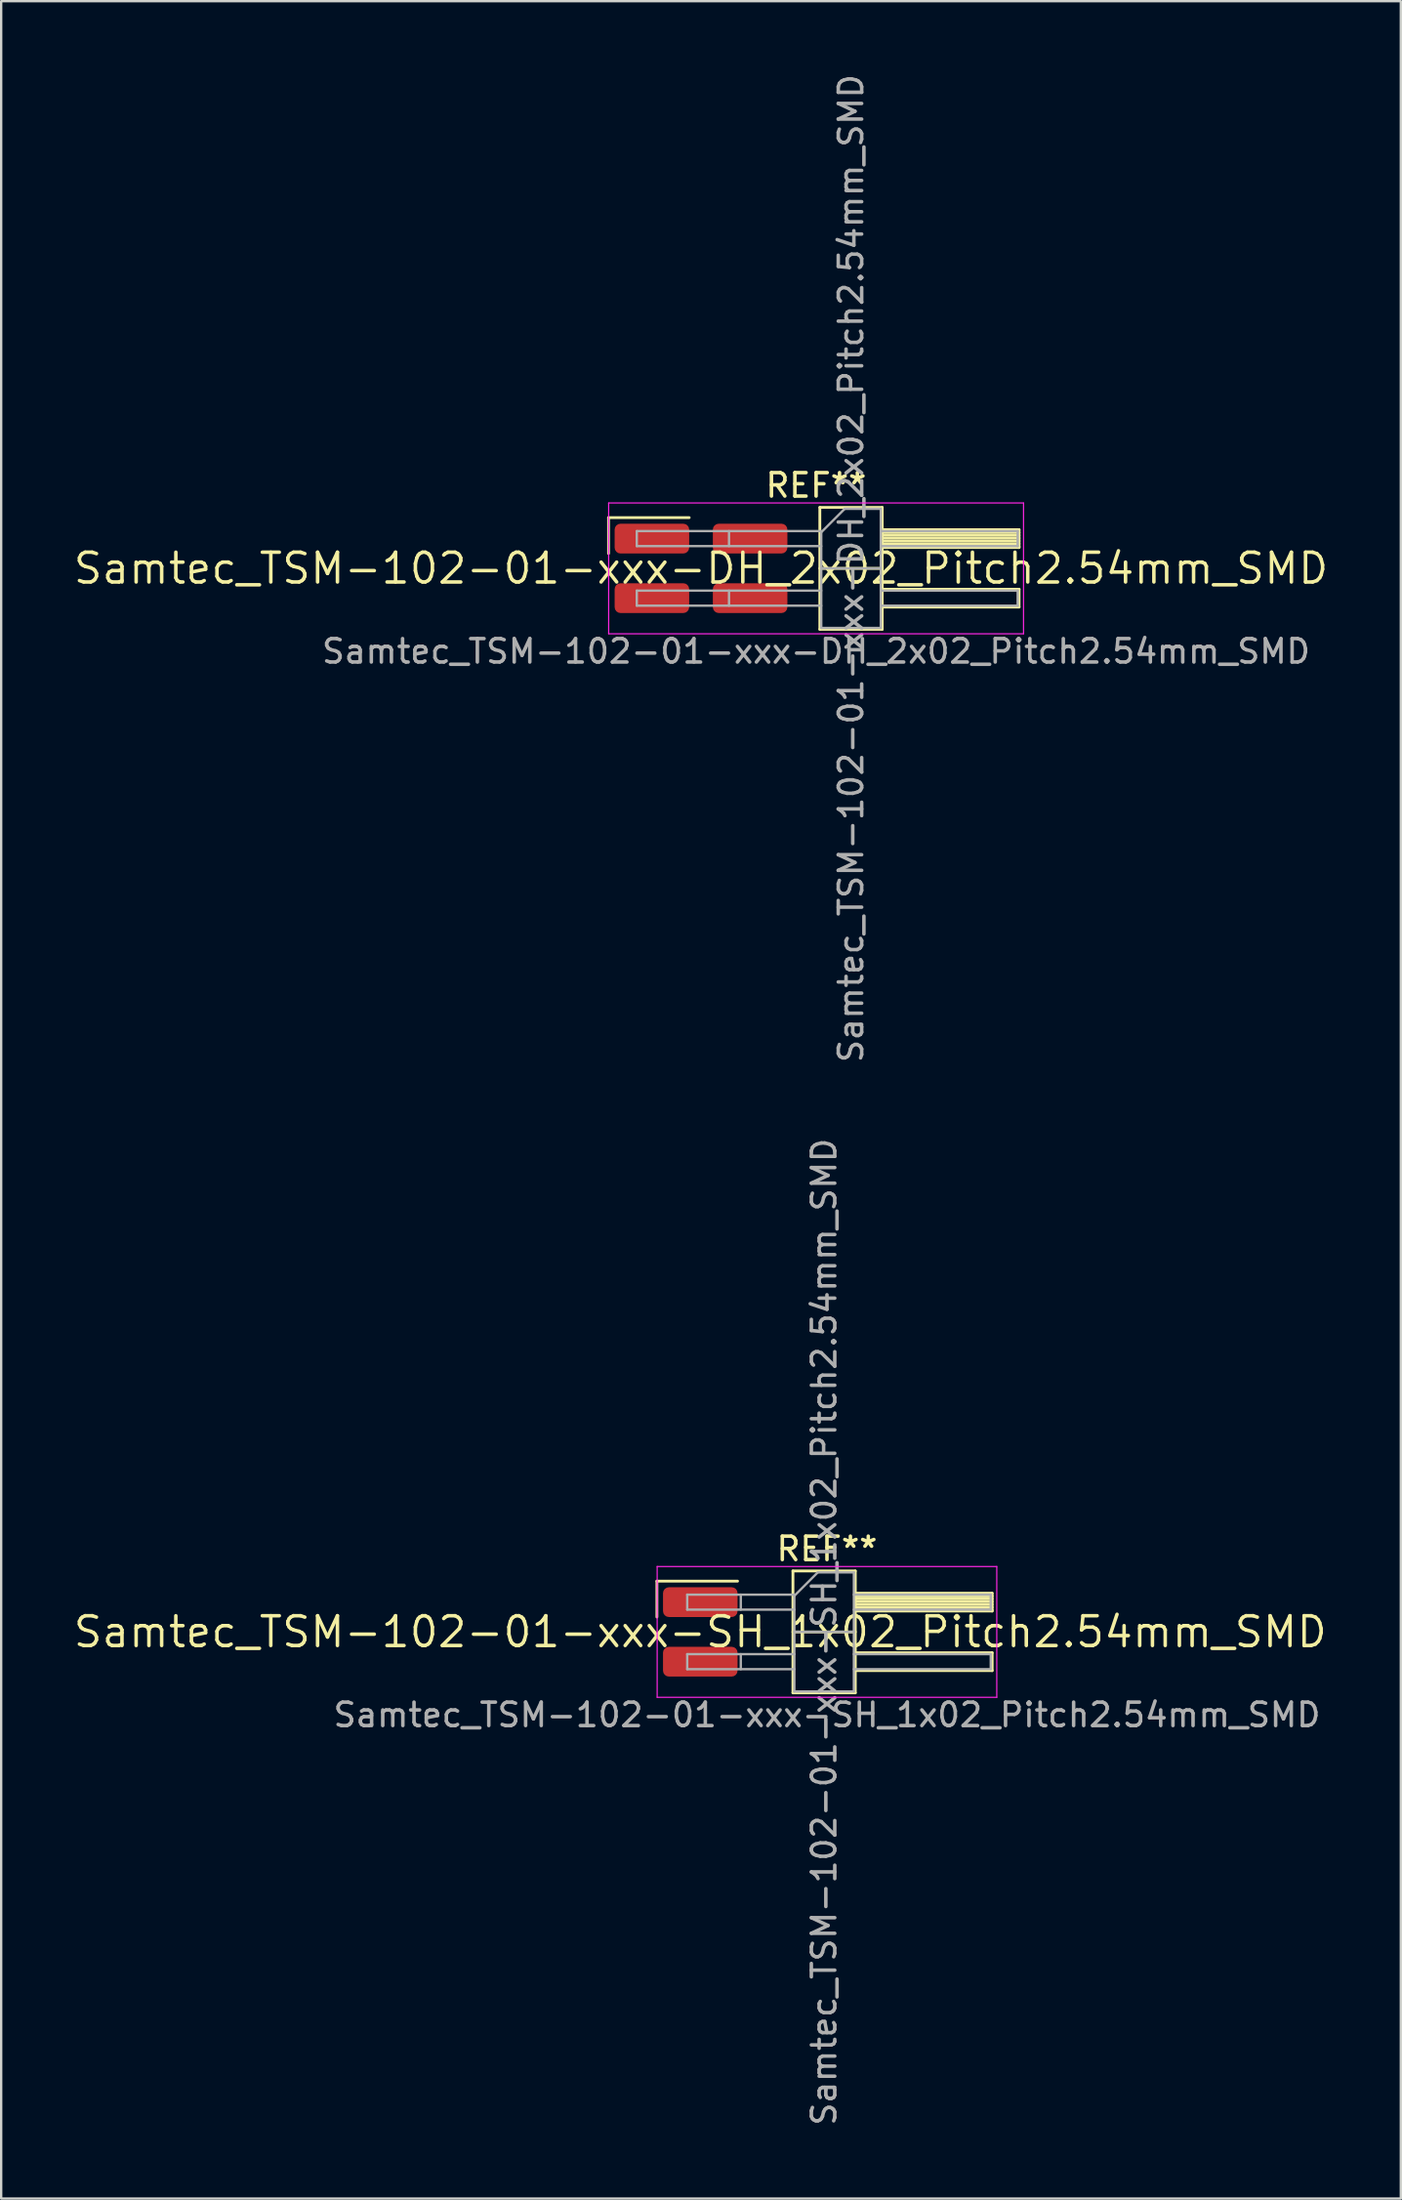
<source format=kicad_pcb>
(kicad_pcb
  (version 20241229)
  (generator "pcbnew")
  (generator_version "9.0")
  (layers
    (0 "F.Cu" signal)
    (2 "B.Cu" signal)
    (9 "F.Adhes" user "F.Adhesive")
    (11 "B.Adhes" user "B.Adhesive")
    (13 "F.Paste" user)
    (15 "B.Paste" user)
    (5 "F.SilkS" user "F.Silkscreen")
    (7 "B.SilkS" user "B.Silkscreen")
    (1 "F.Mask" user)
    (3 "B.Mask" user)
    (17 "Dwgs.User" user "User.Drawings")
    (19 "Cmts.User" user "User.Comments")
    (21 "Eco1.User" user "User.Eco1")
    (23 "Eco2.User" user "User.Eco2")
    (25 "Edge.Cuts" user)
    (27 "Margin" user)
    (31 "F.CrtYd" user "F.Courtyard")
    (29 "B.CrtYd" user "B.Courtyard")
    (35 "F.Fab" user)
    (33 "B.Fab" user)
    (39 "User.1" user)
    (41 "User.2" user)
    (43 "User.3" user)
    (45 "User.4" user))
  (footprint "Samtec_TSM-102-01-xxx-DH_2x02_Pitch2.54mm_SMD"
    (layer "F.Cu")
    (at 26.859 21.196)
    (property "Reference" "Samtec_TSM-102-01-xxx-DH_2x02_Pitch2.54mm_SMD" (at 0 0 0) (layer "F.SilkS") (effects (font (size 1.27 1.27) (thickness 0.15))))
    (attr smd)
    (fp_line (start -3.945 -2.165) (end -0.505 -2.165) (stroke (width 0.12) (type solid)) (layer "F.SilkS"))
    (fp_line (start -3.945 -0.635) (end -3.945 -2.165) (stroke (width 0.12) (type solid)) (layer "F.SilkS"))
    (fp_line (start 5.07 -2.6) (end 7.73 -2.6) (stroke (width 0.12) (type solid)) (layer "F.SilkS"))
    (fp_line (start 5.07 0) (end 7.73 0) (stroke (width 0.12) (type solid)) (layer "F.SilkS"))
    (fp_line (start 5.07 2.6) (end 5.07 -2.6) (stroke (width 0.12) (type solid)) (layer "F.SilkS"))
    (fp_line (start 7.73 -2.6) (end 7.73 2.6) (stroke (width 0.12) (type solid)) (layer "F.SilkS"))
    (fp_line (start 7.73 -1.65) (end 13.57 -1.65) (stroke (width 0.12) (type solid)) (layer "F.SilkS"))
    (fp_line (start 7.73 -1.53) (end 13.57 -1.53) (stroke (width 0.12) (type solid)) (layer "F.SilkS"))
    (fp_line (start 7.73 -1.41) (end 13.57 -1.41) (stroke (width 0.12) (type solid)) (layer "F.SilkS"))
    (fp_line (start 7.73 -1.29) (end 13.57 -1.29) (stroke (width 0.12) (type solid)) (layer "F.SilkS"))
    (fp_line (start 7.73 -1.17) (end 13.57 -1.17) (stroke (width 0.12) (type solid)) (layer "F.SilkS"))
    (fp_line (start 7.73 -1.05) (end 13.57 -1.05) (stroke (width 0.12) (type solid)) (layer "F.SilkS"))
    (fp_line (start 7.73 -0.93) (end 13.57 -0.93) (stroke (width 0.12) (type solid)) (layer "F.SilkS"))
    (fp_line (start 7.73 -0.89) (end 13.57 -0.89) (stroke (width 0.12) (type solid)) (layer "F.SilkS"))
    (fp_line (start 7.73 0.89) (end 13.57 0.89) (stroke (width 0.12) (type solid)) (layer "F.SilkS"))
    (fp_line (start 7.73 1.65) (end 13.57 1.65) (stroke (width 0.12) (type solid)) (layer "F.SilkS"))
    (fp_line (start 7.73 2.6) (end 5.07 2.6) (stroke (width 0.12) (type solid)) (layer "F.SilkS"))
    (fp_line (start 13.57 -1.65) (end 13.57 -0.89) (stroke (width 0.12) (type solid)) (layer "F.SilkS"))
    (fp_line (start 13.57 0.89) (end 13.57 1.65) (stroke (width 0.12) (type solid)) (layer "F.SilkS"))
    (fp_line (start -3.94 -2.79) (end 13.76 -2.79) (stroke (width 0.05) (type solid)) (layer "F.CrtYd"))
    (fp_line (start -3.94 2.79) (end -3.94 -2.79) (stroke (width 0.05) (type solid)) (layer "F.CrtYd"))
    (fp_line (start 13.76 -2.79) (end 13.76 2.79) (stroke (width 0.05) (type solid)) (layer "F.CrtYd"))
    (fp_line (start 13.76 2.79) (end -3.94 2.79) (stroke (width 0.05) (type solid)) (layer "F.CrtYd"))
    (fp_line (start -2.74 -1.59) (end -2.74 -0.95) (stroke (width 0.1) (type solid)) (layer "F.Fab"))
    (fp_line (start -2.74 -1.59) (end 5.13 -1.59) (stroke (width 0.1) (type solid)) (layer "F.Fab"))
    (fp_line (start -2.74 -0.95) (end 5.13 -0.95) (stroke (width 0.1) (type solid)) (layer "F.Fab"))
    (fp_line (start -2.74 0.95) (end -2.74 1.59) (stroke (width 0.1) (type solid)) (layer "F.Fab"))
    (fp_line (start -2.74 0.95) (end 5.13 0.95) (stroke (width 0.1) (type solid)) (layer "F.Fab"))
    (fp_line (start -2.74 1.59) (end 5.13 1.59) (stroke (width 0.1) (type solid)) (layer "F.Fab"))
    (fp_line (start 1.195 -1.59) (end 1.195 -0.95) (stroke (width 0.1) (type solid)) (layer "F.Fab"))
    (fp_line (start 1.195 0.95) (end 1.195 1.59) (stroke (width 0.1) (type solid)) (layer "F.Fab"))
    (fp_line (start 5.13 -1.54) (end 6.13 -2.54) (stroke (width 0.1) (type solid)) (layer "F.Fab"))
    (fp_line (start 5.13 0) (end 7.67 0) (stroke (width 0.1) (type solid)) (layer "F.Fab"))
    (fp_line (start 5.13 2.54) (end 5.13 -1.54) (stroke (width 0.1) (type solid)) (layer "F.Fab"))
    (fp_line (start 6.13 -2.54) (end 7.67 -2.54) (stroke (width 0.1) (type solid)) (layer "F.Fab"))
    (fp_line (start 7.67 -2.54) (end 7.67 2.54) (stroke (width 0.1) (type solid)) (layer "F.Fab"))
    (fp_line (start 7.67 -1.59) (end 13.51 -1.59) (stroke (width 0.1) (type solid)) (layer "F.Fab"))
    (fp_line (start 7.67 -0.95) (end 13.51 -0.95) (stroke (width 0.1) (type solid)) (layer "F.Fab"))
    (fp_line (start 7.67 0.95) (end 13.51 0.95) (stroke (width 0.1) (type solid)) (layer "F.Fab"))
    (fp_line (start 7.67 1.59) (end 13.51 1.59) (stroke (width 0.1) (type solid)) (layer "F.Fab"))
    (fp_line (start 7.67 2.54) (end 5.13 2.54) (stroke (width 0.1) (type solid)) (layer "F.Fab"))
    (fp_line (start 13.51 -1.59) (end 13.51 -0.95) (stroke (width 0.1) (type solid)) (layer "F.Fab"))
    (fp_line (start 13.51 0.95) (end 13.51 1.59) (stroke (width 0.1) (type solid)) (layer "F.Fab"))
    (fp_text user "REF**" (at 4.91 -3.54 0) (layer "F.SilkS") (effects (font (size 1 1) (thickness 0.15))))
    (fp_text user "Samtec_TSM-102-01-xxx-DH_2x02_Pitch2.54mm_SMD" (at 4.91 3.54 0) (layer "F.Fab") (effects (font (size 1 1) (thickness 0.15))))
    (fp_text user "${REFERENCE}" (at 6.4 0 90) (layer "F.Fab") (effects (font (size 1 1) (thickness 0.15))))
    (pad "1" smd roundrect (at -2.095 -1.27) (size 3.18 1.27) (layers "F.Cu" "F.Mask" "F.Paste") (roundrect_rratio 0.197))
    (pad "2" smd roundrect (at 2.095 -1.27) (size 3.18 1.27) (layers "F.Cu" "F.Mask" "F.Paste") (roundrect_rratio 0.197))
    (pad "3" smd roundrect (at -2.095 1.27) (size 3.18 1.27) (layers "F.Cu" "F.Mask" "F.Paste") (roundrect_rratio 0.197))
    (pad "4" smd roundrect (at 2.095 1.27) (size 3.18 1.27) (layers "F.Cu" "F.Mask" "F.Paste") (roundrect_rratio 0.197)))
  (footprint "Samtec_TSM-102-01-xxx-SH_1x02_Pitch2.54mm_SMD"
    (layer "F.Cu")
    (at 26.828 66.565)
    (property "Reference" "Samtec_TSM-102-01-xxx-SH_1x02_Pitch2.54mm_SMD" (at 0 0 0) (layer "F.SilkS") (effects (font (size 1.27 1.27) (thickness 0.15))))
    (attr smd)
    (fp_line (start -1.85 -2.165) (end 1.59 -2.165) (stroke (width 0.12) (type solid)) (layer "F.SilkS"))
    (fp_line (start -1.85 -0.635) (end -1.85 -2.165) (stroke (width 0.12) (type solid)) (layer "F.SilkS"))
    (fp_line (start 3.953 -2.6) (end 6.613 -2.6) (stroke (width 0.12) (type solid)) (layer "F.SilkS"))
    (fp_line (start 3.953 0) (end 6.613 0) (stroke (width 0.12) (type solid)) (layer "F.SilkS"))
    (fp_line (start 3.953 2.6) (end 3.953 -2.6) (stroke (width 0.12) (type solid)) (layer "F.SilkS"))
    (fp_line (start 6.613 -2.6) (end 6.613 2.6) (stroke (width 0.12) (type solid)) (layer "F.SilkS"))
    (fp_line (start 6.613 -1.65) (end 12.453 -1.65) (stroke (width 0.12) (type solid)) (layer "F.SilkS"))
    (fp_line (start 6.613 -1.53) (end 12.453 -1.53) (stroke (width 0.12) (type solid)) (layer "F.SilkS"))
    (fp_line (start 6.613 -1.41) (end 12.453 -1.41) (stroke (width 0.12) (type solid)) (layer "F.SilkS"))
    (fp_line (start 6.613 -1.29) (end 12.453 -1.29) (stroke (width 0.12) (type solid)) (layer "F.SilkS"))
    (fp_line (start 6.613 -1.17) (end 12.453 -1.17) (stroke (width 0.12) (type solid)) (layer "F.SilkS"))
    (fp_line (start 6.613 -1.05) (end 12.453 -1.05) (stroke (width 0.12) (type solid)) (layer "F.SilkS"))
    (fp_line (start 6.613 -0.93) (end 12.453 -0.93) (stroke (width 0.12) (type solid)) (layer "F.SilkS"))
    (fp_line (start 6.613 -0.89) (end 12.453 -0.89) (stroke (width 0.12) (type solid)) (layer "F.SilkS"))
    (fp_line (start 6.613 0.89) (end 12.453 0.89) (stroke (width 0.12) (type solid)) (layer "F.SilkS"))
    (fp_line (start 6.613 1.65) (end 12.453 1.65) (stroke (width 0.12) (type solid)) (layer "F.SilkS"))
    (fp_line (start 6.613 2.6) (end 3.953 2.6) (stroke (width 0.12) (type solid)) (layer "F.SilkS"))
    (fp_line (start 12.453 -1.65) (end 12.453 -0.89) (stroke (width 0.12) (type solid)) (layer "F.SilkS"))
    (fp_line (start 12.453 0.89) (end 12.453 1.65) (stroke (width 0.12) (type solid)) (layer "F.SilkS"))
    (fp_line (start -1.84 -2.79) (end 12.65 -2.79) (stroke (width 0.05) (type solid)) (layer "F.CrtYd"))
    (fp_line (start -1.84 2.79) (end -1.84 -2.79) (stroke (width 0.05) (type solid)) (layer "F.CrtYd"))
    (fp_line (start 12.65 -2.79) (end 12.65 2.79) (stroke (width 0.05) (type solid)) (layer "F.CrtYd"))
    (fp_line (start 12.65 2.79) (end -1.84 2.79) (stroke (width 0.05) (type solid)) (layer "F.CrtYd"))
    (fp_line (start -0.557 -1.59) (end -0.557 -0.95) (stroke (width 0.1) (type solid)) (layer "F.Fab"))
    (fp_line (start -0.557 -1.59) (end 4.013 -1.59) (stroke (width 0.1) (type solid)) (layer "F.Fab"))
    (fp_line (start -0.557 -0.95) (end 4.013 -0.95) (stroke (width 0.1) (type solid)) (layer "F.Fab"))
    (fp_line (start -0.557 0.95) (end -0.557 1.59) (stroke (width 0.1) (type solid)) (layer "F.Fab"))
    (fp_line (start -0.557 0.95) (end 4.013 0.95) (stroke (width 0.1) (type solid)) (layer "F.Fab"))
    (fp_line (start -0.557 1.59) (end 4.013 1.59) (stroke (width 0.1) (type solid)) (layer "F.Fab"))
    (fp_line (start 1.728 -1.59) (end 1.728 -0.95) (stroke (width 0.1) (type solid)) (layer "F.Fab"))
    (fp_line (start 1.728 0.95) (end 1.728 1.59) (stroke (width 0.1) (type solid)) (layer "F.Fab"))
    (fp_line (start 4.013 -1.54) (end 5.013 -2.54) (stroke (width 0.1) (type solid)) (layer "F.Fab"))
    (fp_line (start 4.013 0) (end 6.553 0) (stroke (width 0.1) (type solid)) (layer "F.Fab"))
    (fp_line (start 4.013 2.54) (end 4.013 -1.54) (stroke (width 0.1) (type solid)) (layer "F.Fab"))
    (fp_line (start 5.013 -2.54) (end 6.553 -2.54) (stroke (width 0.1) (type solid)) (layer "F.Fab"))
    (fp_line (start 6.553 -2.54) (end 6.553 2.54) (stroke (width 0.1) (type solid)) (layer "F.Fab"))
    (fp_line (start 6.553 -1.59) (end 12.393 -1.59) (stroke (width 0.1) (type solid)) (layer "F.Fab"))
    (fp_line (start 6.553 -0.95) (end 12.393 -0.95) (stroke (width 0.1) (type solid)) (layer "F.Fab"))
    (fp_line (start 6.553 0.95) (end 12.393 0.95) (stroke (width 0.1) (type solid)) (layer "F.Fab"))
    (fp_line (start 6.553 1.59) (end 12.393 1.59) (stroke (width 0.1) (type solid)) (layer "F.Fab"))
    (fp_line (start 6.553 2.54) (end 4.013 2.54) (stroke (width 0.1) (type solid)) (layer "F.Fab"))
    (fp_line (start 12.393 -1.59) (end 12.393 -0.95) (stroke (width 0.1) (type solid)) (layer "F.Fab"))
    (fp_line (start 12.393 0.95) (end 12.393 1.59) (stroke (width 0.1) (type solid)) (layer "F.Fab"))
    (fp_text user "REF**" (at 5.405 -3.54 0) (layer "F.SilkS") (effects (font (size 1 1) (thickness 0.15))))
    (fp_text user "${REFERENCE}" (at 5.283 0 90) (layer "F.Fab") (effects (font (size 1 1) (thickness 0.15))))
    (fp_text user "Samtec_TSM-102-01-xxx-SH_1x02_Pitch2.54mm_SMD" (at 5.405 3.54 0) (layer "F.Fab") (effects (font (size 1 1) (thickness 0.15))))
    (pad "1" smd roundrect (at 0 -1.27) (size 3.18 1.27) (layers "F.Cu" "F.Mask" "F.Paste") (roundrect_rratio 0.197))
    (pad "2" smd roundrect (at 0 1.27) (size 3.18 1.27) (layers "F.Cu" "F.Mask" "F.Paste") (roundrect_rratio 0.197)))
  (gr_rect
    (start -3 -3)
    (end 56.717 90.738)
    (stroke (width 0.1) (type default))
    (fill no)
    (layer "Edge.Cuts")))
</source>
